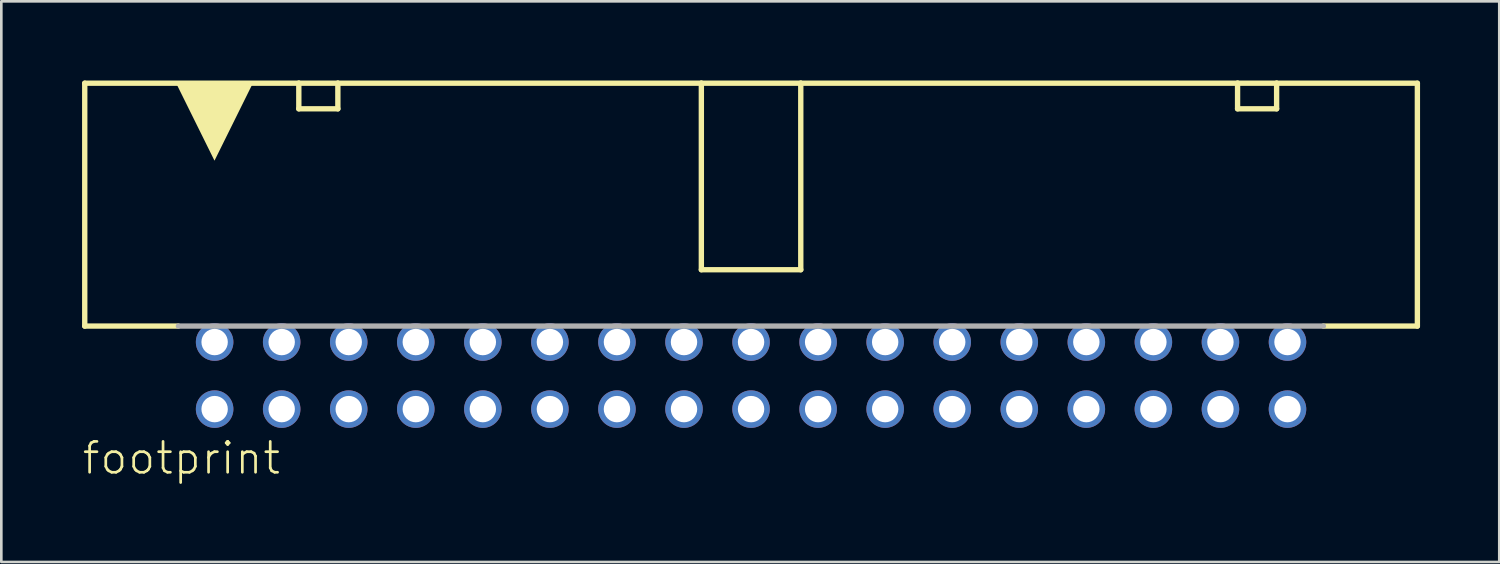
<source format=kicad_pcb>
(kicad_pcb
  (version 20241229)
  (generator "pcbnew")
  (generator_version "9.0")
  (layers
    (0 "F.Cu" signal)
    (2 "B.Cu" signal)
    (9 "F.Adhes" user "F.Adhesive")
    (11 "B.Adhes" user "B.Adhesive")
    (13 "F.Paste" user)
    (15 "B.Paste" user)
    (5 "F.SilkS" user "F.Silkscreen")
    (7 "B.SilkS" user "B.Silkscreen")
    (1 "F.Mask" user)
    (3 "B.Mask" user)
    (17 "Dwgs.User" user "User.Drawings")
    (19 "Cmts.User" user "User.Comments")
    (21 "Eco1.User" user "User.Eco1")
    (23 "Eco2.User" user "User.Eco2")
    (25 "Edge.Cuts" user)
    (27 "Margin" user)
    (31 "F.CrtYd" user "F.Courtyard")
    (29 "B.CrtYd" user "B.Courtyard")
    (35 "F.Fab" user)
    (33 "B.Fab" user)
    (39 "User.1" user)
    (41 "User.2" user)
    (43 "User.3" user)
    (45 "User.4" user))
  (footprint "footprint"
    (layer "F.Cu")
    (at 25.4 11.177)
    (property "Reference" "footprint" (at -25.4 3.81 0) (layer "F.SilkS") (effects (font (size 1.168 1.168) (thickness 0.102)) (justify left bottom)))
    (fp_line (start -25.24 -11.075) (end -25.24 -1.875) (stroke (width 0.203) (type solid)) (layer "F.SilkS"))
    (fp_line (start -21.696 -1.875) (end -25.24 -1.875) (stroke (width 0.203) (type solid)) (layer "F.SilkS"))
    (fp_line (start -17.131 -11.075) (end -25.24 -11.075) (stroke (width 0.203) (type solid)) (layer "F.SilkS"))
    (fp_line (start -17.131 -11.075) (end -15.652 -11.075) (stroke (width 0.203) (type solid)) (layer "F.SilkS"))
    (fp_line (start -17.131 -10.105) (end -17.131 -11.075) (stroke (width 0.203) (type solid)) (layer "F.SilkS"))
    (fp_line (start -15.652 -11.075) (end -15.652 -10.105) (stroke (width 0.203) (type solid)) (layer "F.SilkS"))
    (fp_line (start -15.652 -10.105) (end -17.131 -10.105) (stroke (width 0.203) (type solid)) (layer "F.SilkS"))
    (fp_line (start -1.883 -11.075) (end -15.652 -11.075) (stroke (width 0.203) (type solid)) (layer "F.SilkS"))
    (fp_line (start -1.883 -4.01) (end -1.883 -11.075) (stroke (width 0.203) (type solid)) (layer "F.SilkS"))
    (fp_line (start 1.883 -11.075) (end -1.883 -11.075) (stroke (width 0.203) (type solid)) (layer "F.SilkS"))
    (fp_line (start 1.883 -11.075) (end 1.883 -4.01) (stroke (width 0.203) (type solid)) (layer "F.SilkS"))
    (fp_line (start 1.883 -4.01) (end -1.883 -4.01) (stroke (width 0.203) (type solid)) (layer "F.SilkS"))
    (fp_line (start 18.429 -11.075) (end 1.883 -11.075) (stroke (width 0.203) (type solid)) (layer "F.SilkS"))
    (fp_line (start 18.429 -11.075) (end 19.908 -11.075) (stroke (width 0.203) (type solid)) (layer "F.SilkS"))
    (fp_line (start 18.429 -10.105) (end 18.429 -11.075) (stroke (width 0.203) (type solid)) (layer "F.SilkS"))
    (fp_line (start 19.908 -11.075) (end 19.908 -10.105) (stroke (width 0.203) (type solid)) (layer "F.SilkS"))
    (fp_line (start 19.908 -10.105) (end 18.429 -10.105) (stroke (width 0.203) (type solid)) (layer "F.SilkS"))
    (fp_line (start 25.24 -11.075) (end 19.908 -11.075) (stroke (width 0.203) (type solid)) (layer "F.SilkS"))
    (fp_line (start 25.24 -1.875) (end 21.683 -1.875) (stroke (width 0.203) (type solid)) (layer "F.SilkS"))
    (fp_line (start 25.24 -1.875) (end 25.24 -11.075) (stroke (width 0.203) (type solid)) (layer "F.SilkS"))
    (fp_poly (pts (xy -20.325 -8.141) (xy -21.764 -11.047) (xy -18.886 -11.047)) (stroke (width 0) (type solid)) (fill yes) (layer "F.SilkS"))
    (fp_line (start 21.679 -1.875) (end -21.692 -1.875) (stroke (width 0.203) (type solid)) (layer "F.Fab"))
    (pad "1" thru_hole circle (at -20.32 1.27) (size 1.422 1.422) (drill 1) (layers "*.Cu" "*.Mask"))
    (pad "2" thru_hole circle (at -20.32 -1.27) (size 1.422 1.422) (drill 1) (layers "*.Cu" "*.Mask"))
    (pad "3" thru_hole circle (at -17.78 1.27) (size 1.422 1.422) (drill 1) (layers "*.Cu" "*.Mask"))
    (pad "4" thru_hole circle (at -17.78 -1.27) (size 1.422 1.422) (drill 1) (layers "*.Cu" "*.Mask"))
    (pad "5" thru_hole circle (at -15.24 1.27) (size 1.422 1.422) (drill 1) (layers "*.Cu" "*.Mask"))
    (pad "6" thru_hole circle (at -15.24 -1.27) (size 1.422 1.422) (drill 1) (layers "*.Cu" "*.Mask"))
    (pad "7" thru_hole circle (at -12.7 1.27) (size 1.422 1.422) (drill 1) (layers "*.Cu" "*.Mask"))
    (pad "8" thru_hole circle (at -12.7 -1.27) (size 1.422 1.422) (drill 1) (layers "*.Cu" "*.Mask"))
    (pad "9" thru_hole circle (at -10.16 1.27) (size 1.422 1.422) (drill 1) (layers "*.Cu" "*.Mask"))
    (pad "10" thru_hole circle (at -10.16 -1.27) (size 1.422 1.422) (drill 1) (layers "*.Cu" "*.Mask"))
    (pad "11" thru_hole circle (at -7.62 1.27) (size 1.422 1.422) (drill 1) (layers "*.Cu" "*.Mask"))
    (pad "12" thru_hole circle (at -7.62 -1.27) (size 1.422 1.422) (drill 1) (layers "*.Cu" "*.Mask"))
    (pad "13" thru_hole circle (at -5.08 1.27) (size 1.422 1.422) (drill 1) (layers "*.Cu" "*.Mask"))
    (pad "14" thru_hole circle (at -5.08 -1.27) (size 1.422 1.422) (drill 1) (layers "*.Cu" "*.Mask"))
    (pad "15" thru_hole circle (at -2.54 1.27) (size 1.422 1.422) (drill 1) (layers "*.Cu" "*.Mask"))
    (pad "16" thru_hole circle (at -2.54 -1.27) (size 1.422 1.422) (drill 1) (layers "*.Cu" "*.Mask"))
    (pad "17" thru_hole circle (at 0 1.27) (size 1.422 1.422) (drill 1) (layers "*.Cu" "*.Mask"))
    (pad "18" thru_hole circle (at 0 -1.27) (size 1.422 1.422) (drill 1) (layers "*.Cu" "*.Mask"))
    (pad "19" thru_hole circle (at 2.54 1.27) (size 1.422 1.422) (drill 1) (layers "*.Cu" "*.Mask"))
    (pad "20" thru_hole circle (at 2.54 -1.27) (size 1.422 1.422) (drill 1) (layers "*.Cu" "*.Mask"))
    (pad "21" thru_hole circle (at 5.08 1.27) (size 1.422 1.422) (drill 1) (layers "*.Cu" "*.Mask"))
    (pad "22" thru_hole circle (at 5.08 -1.27) (size 1.422 1.422) (drill 1) (layers "*.Cu" "*.Mask"))
    (pad "23" thru_hole circle (at 7.62 1.27) (size 1.422 1.422) (drill 1) (layers "*.Cu" "*.Mask"))
    (pad "24" thru_hole circle (at 7.62 -1.27) (size 1.422 1.422) (drill 1) (layers "*.Cu" "*.Mask"))
    (pad "25" thru_hole circle (at 10.16 1.27) (size 1.422 1.422) (drill 1) (layers "*.Cu" "*.Mask"))
    (pad "26" thru_hole circle (at 10.16 -1.27) (size 1.422 1.422) (drill 1) (layers "*.Cu" "*.Mask"))
    (pad "27" thru_hole circle (at 12.7 1.27) (size 1.422 1.422) (drill 1) (layers "*.Cu" "*.Mask"))
    (pad "28" thru_hole circle (at 12.7 -1.27) (size 1.422 1.422) (drill 1) (layers "*.Cu" "*.Mask"))
    (pad "29" thru_hole circle (at 15.24 1.27) (size 1.422 1.422) (drill 1) (layers "*.Cu" "*.Mask"))
    (pad "30" thru_hole circle (at 15.24 -1.27) (size 1.422 1.422) (drill 1) (layers "*.Cu" "*.Mask"))
    (pad "31" thru_hole circle (at 17.78 1.27) (size 1.422 1.422) (drill 1) (layers "*.Cu" "*.Mask"))
    (pad "32" thru_hole circle (at 17.78 -1.27) (size 1.422 1.422) (drill 1) (layers "*.Cu" "*.Mask"))
    (pad "33" thru_hole circle (at 20.32 1.27) (size 1.422 1.422) (drill 1) (layers "*.Cu" "*.Mask"))
    (pad "34" thru_hole circle (at 20.32 -1.27) (size 1.422 1.422) (drill 1) (layers "*.Cu" "*.Mask")))
  (gr_rect
    (start -3 -3)
    (end 53.742 18.237)
    (stroke (width 0.1) (type default))
    (fill no)
    (layer "Edge.Cuts")))
</source>
